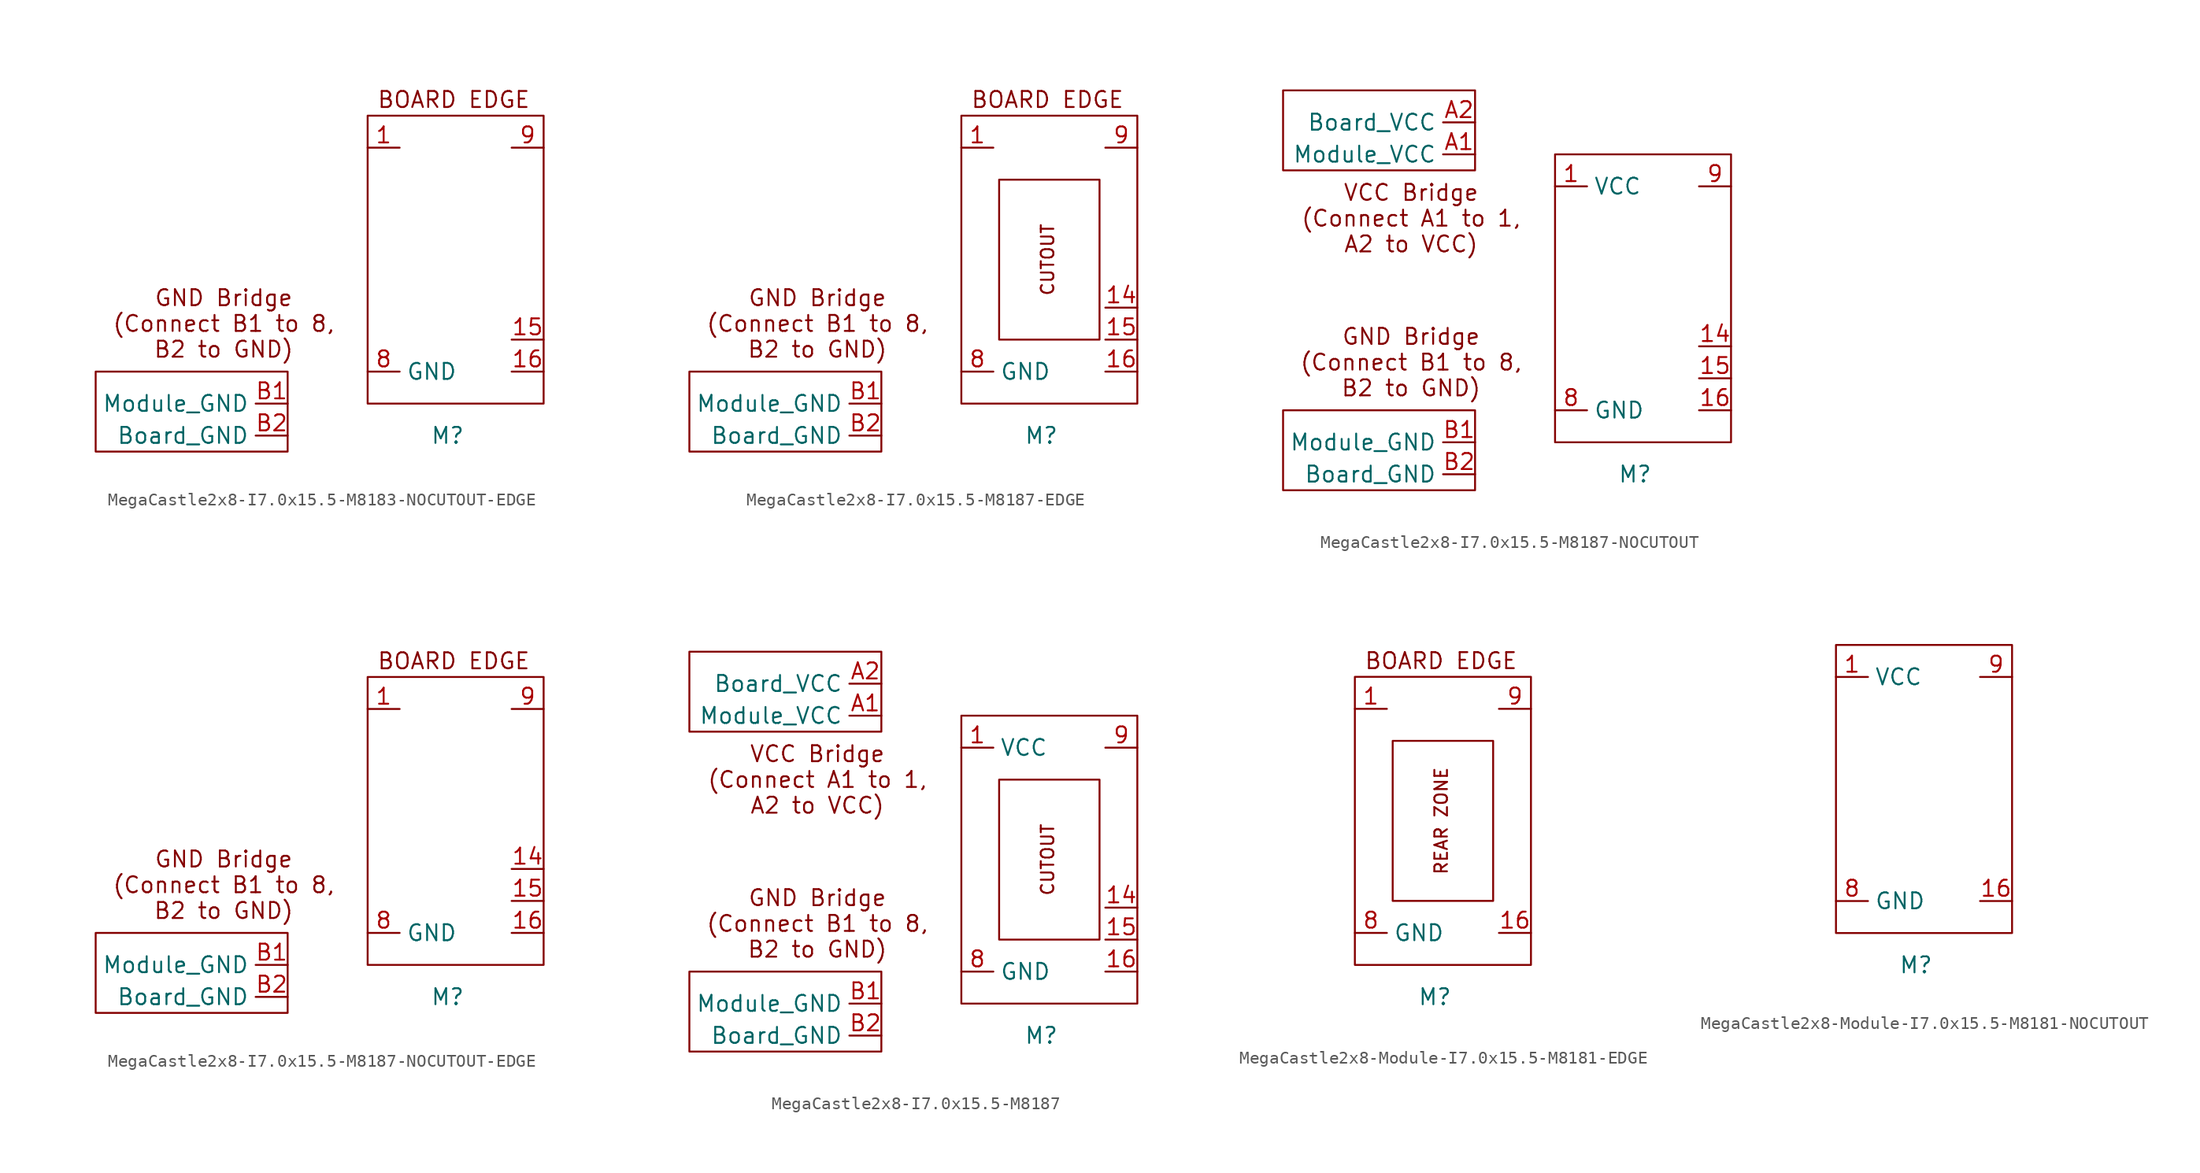
<source format=kicad_sym>
(kicad_symbol_lib
  (version 20241209)
  (generator "kicad_symbol_editor")
  (generator_version "9.0")
  (symbol "MegaCastle2x8-I7.0x15.5-M8183-NOCUTOUT-EDGE"
    (property "Reference" "M"
      (at 0 -13.97 0)
      (effects (font (size 1.27 1.27))))
    (property "Value" ""
      (at 0 5.08 0)
      (effects (font (size 1.27 1.27))))
    (symbol "MegaCastle2x8-I7.0x15.5-M8183-NOCUTOUT-EDGE_0_1"
      (rectangle (start -27.94 -8.89) (end -12.7 -15.24) (stroke (width 0) (type default)) (fill (type none)))
      (rectangle (start -6.35 11.43) (end 7.62 -11.43) (stroke (width 0) (type default)) (fill (type none))))
    (symbol "MegaCastle2x8-I7.0x15.5-M8183-NOCUTOUT-EDGE_1_1"
      (text "GND Bridge\n(Connect B1 to 8,\nB2 to GND)" (at -17.78 -5.08 0) (effects (font (size 1.27 1.27))))
      (text " BOARD EDGE" (at 0 12.7 0) (effects (font (size 1.27 1.27))))
      (pin bidirectional line (at -12.7 -11.43 180) (length 2.54) (name "Module_GND" (effects (font (size 1.27 1.27)))) (number "B1" (effects (font (size 1.27 1.27)))))
      (pin bidirectional line (at -12.7 -13.97 180) (length 2.54) (name "Board_GND" (effects (font (size 1.27 1.27)))) (number "B2" (effects (font (size 1.27 1.27)))))
      (pin bidirectional line (at -6.35 8.89 0) (length 2.54) (name "" (effects (font (size 1.27 1.27)))) (number "1" (effects (font (size 1.27 1.27)))))
      (pin bidirectional line (at -6.35 -8.89 0) (length 2.54) (name "GND" (effects (font (size 1.27 1.27)))) (number "8" (effects (font (size 1.27 1.27)))))
      (pin bidirectional line (at 7.62 8.89 180) (length 2.54) (name "" (effects (font (size 1.27 1.27)))) (number "9" (effects (font (size 1.27 1.27)))))
      (pin bidirectional line (at 7.62 -6.35 180) (length 2.54) (name "" (effects (font (size 1.27 1.27)))) (number "15" (effects (font (size 1.27 1.27)))))
      (pin bidirectional line (at 7.62 -8.89 180) (length 2.54) (name "" (effects (font (size 1.27 1.27)))) (number "16" (effects (font (size 1.27 1.27)))))))
  (symbol "MegaCastle2x8-I7.0x15.5-M8187-EDGE"
    (property "Reference" "M"
      (at 0 -13.97 0)
      (effects (font (size 1.27 1.27))))
    (property "Value" ""
      (at 0 5.08 0)
      (effects (font (size 1.27 1.27))))
    (symbol "MegaCastle2x8-I7.0x15.5-M8187-EDGE_0_1"
      (rectangle (start -27.94 -8.89) (end -12.7 -15.24) (stroke (width 0) (type default)) (fill (type none)))
      (rectangle (start -6.35 11.43) (end 7.62 -11.43) (stroke (width 0) (type default)) (fill (type none)))
      (rectangle (start -3.35 6.35) (end 4.62 -6.35) (stroke (width 0) (type default)) (fill (type none))))
    (symbol "MegaCastle2x8-I7.0x15.5-M8187-EDGE_1_1"
      (text "GND Bridge\n(Connect B1 to 8,\nB2 to GND)" (at -17.78 -5.08 0) (effects (font (size 1.27 1.27))))
      (text " BOARD EDGE" (at 0 12.7 0) (effects (font (size 1.27 1.27))))
      (text "CUTOUT" (at 0.5 0 900) (effects (font (size 1 1))))
      (pin bidirectional line (at -12.7 -11.43 180) (length 2.54) (name "Module_GND" (effects (font (size 1.27 1.27)))) (number "B1" (effects (font (size 1.27 1.27)))))
      (pin bidirectional line (at -12.7 -13.97 180) (length 2.54) (name "Board_GND" (effects (font (size 1.27 1.27)))) (number "B2" (effects (font (size 1.27 1.27)))))
      (pin bidirectional line (at -6.35 8.89 0) (length 2.54) (name "" (effects (font (size 1.27 1.27)))) (number "1" (effects (font (size 1.27 1.27)))))
      (pin bidirectional line (at -6.35 -8.89 0) (length 2.54) (name "GND" (effects (font (size 1.27 1.27)))) (number "8" (effects (font (size 1.27 1.27)))))
      (pin bidirectional line (at 7.62 8.89 180) (length 2.54) (name "" (effects (font (size 1.27 1.27)))) (number "9" (effects (font (size 1.27 1.27)))))
      (pin bidirectional line (at 7.62 -3.81 180) (length 2.54) (name "" (effects (font (size 1.27 1.27)))) (number "14" (effects (font (size 1.27 1.27)))))
      (pin bidirectional line (at 7.62 -6.35 180) (length 2.54) (name "" (effects (font (size 1.27 1.27)))) (number "15" (effects (font (size 1.27 1.27)))))
      (pin bidirectional line (at 7.62 -8.89 180) (length 2.54) (name "" (effects (font (size 1.27 1.27)))) (number "16" (effects (font (size 1.27 1.27)))))))
  (symbol "MegaCastle2x8-I7.0x15.5-M8187-NOCUTOUT"
    (property "Reference" "M"
      (at 0 -13.97 0)
      (effects (font (size 1.27 1.27))))
    (property "Value" ""
      (at 0 5.08 0)
      (effects (font (size 1.27 1.27))))
    (symbol "MegaCastle2x8-I7.0x15.5-M8187-NOCUTOUT_0_1"
      (rectangle (start -27.94 16.51) (end -12.7 10.16) (stroke (width 0) (type default)) (fill (type none)))
      (rectangle (start -27.94 -8.89) (end -12.7 -15.24) (stroke (width 0) (type default)) (fill (type none)))
      (rectangle (start -6.35 11.43) (end 7.62 -11.43) (stroke (width 0) (type default)) (fill (type none))))
    (symbol "MegaCastle2x8-I7.0x15.5-M8187-NOCUTOUT_1_1"
      (text "VCC Bridge\n(Connect A1 to 1,\nA2 to VCC)" (at -17.78 6.35 0) (effects (font (size 1.27 1.27))))
      (text "GND Bridge\n(Connect B1 to 8,\nB2 to GND)" (at -17.78 -5.08 0) (effects (font (size 1.27 1.27))))
      (pin bidirectional line (at -12.7 13.97 180) (length 2.54) (name "Board_VCC" (effects (font (size 1.27 1.27)))) (number "A2" (effects (font (size 1.27 1.27)))))
      (pin bidirectional line (at -12.7 11.43 180) (length 2.54) (name "Module_VCC" (effects (font (size 1.27 1.27)))) (number "A1" (effects (font (size 1.27 1.27)))))
      (pin bidirectional line (at -12.7 -11.43 180) (length 2.54) (name "Module_GND" (effects (font (size 1.27 1.27)))) (number "B1" (effects (font (size 1.27 1.27)))))
      (pin bidirectional line (at -12.7 -13.97 180) (length 2.54) (name "Board_GND" (effects (font (size 1.27 1.27)))) (number "B2" (effects (font (size 1.27 1.27)))))
      (pin bidirectional line (at -6.35 8.89 0) (length 2.54) (name "VCC" (effects (font (size 1.27 1.27)))) (number "1" (effects (font (size 1.27 1.27)))))
      (pin bidirectional line (at -6.35 -8.89 0) (length 2.54) (name "GND" (effects (font (size 1.27 1.27)))) (number "8" (effects (font (size 1.27 1.27)))))
      (pin bidirectional line (at 7.62 8.89 180) (length 2.54) (name "" (effects (font (size 1.27 1.27)))) (number "9" (effects (font (size 1.27 1.27)))))
      (pin bidirectional line (at 7.62 -3.81 180) (length 2.54) (name "" (effects (font (size 1.27 1.27)))) (number "14" (effects (font (size 1.27 1.27)))))
      (pin bidirectional line (at 7.62 -6.35 180) (length 2.54) (name "" (effects (font (size 1.27 1.27)))) (number "15" (effects (font (size 1.27 1.27)))))
      (pin bidirectional line (at 7.62 -8.89 180) (length 2.54) (name "" (effects (font (size 1.27 1.27)))) (number "16" (effects (font (size 1.27 1.27)))))))
  (symbol "MegaCastle2x8-I7.0x15.5-M8187-NOCUTOUT-EDGE"
    (property "Reference" "M"
      (at 0 -13.97 0)
      (effects (font (size 1.27 1.27))))
    (property "Value" ""
      (at 0 5.08 0)
      (effects (font (size 1.27 1.27))))
    (symbol "MegaCastle2x8-I7.0x15.5-M8187-NOCUTOUT-EDGE_0_1"
      (rectangle (start -27.94 -8.89) (end -12.7 -15.24) (stroke (width 0) (type default)) (fill (type none)))
      (rectangle (start -6.35 11.43) (end 7.62 -11.43) (stroke (width 0) (type default)) (fill (type none))))
    (symbol "MegaCastle2x8-I7.0x15.5-M8187-NOCUTOUT-EDGE_1_1"
      (text "GND Bridge\n(Connect B1 to 8,\nB2 to GND)" (at -17.78 -5.08 0) (effects (font (size 1.27 1.27))))
      (text " BOARD EDGE" (at 0 12.7 0) (effects (font (size 1.27 1.27))))
      (pin bidirectional line (at -12.7 -11.43 180) (length 2.54) (name "Module_GND" (effects (font (size 1.27 1.27)))) (number "B1" (effects (font (size 1.27 1.27)))))
      (pin bidirectional line (at -12.7 -13.97 180) (length 2.54) (name "Board_GND" (effects (font (size 1.27 1.27)))) (number "B2" (effects (font (size 1.27 1.27)))))
      (pin bidirectional line (at -6.35 8.89 0) (length 2.54) (name "" (effects (font (size 1.27 1.27)))) (number "1" (effects (font (size 1.27 1.27)))))
      (pin bidirectional line (at -6.35 -8.89 0) (length 2.54) (name "GND" (effects (font (size 1.27 1.27)))) (number "8" (effects (font (size 1.27 1.27)))))
      (pin bidirectional line (at 7.62 8.89 180) (length 2.54) (name "" (effects (font (size 1.27 1.27)))) (number "9" (effects (font (size 1.27 1.27)))))
      (pin bidirectional line (at 7.62 -3.81 180) (length 2.54) (name "" (effects (font (size 1.27 1.27)))) (number "14" (effects (font (size 1.27 1.27)))))
      (pin bidirectional line (at 7.62 -6.35 180) (length 2.54) (name "" (effects (font (size 1.27 1.27)))) (number "15" (effects (font (size 1.27 1.27)))))
      (pin bidirectional line (at 7.62 -8.89 180) (length 2.54) (name "" (effects (font (size 1.27 1.27)))) (number "16" (effects (font (size 1.27 1.27)))))))
  (symbol "MegaCastle2x8-I7.0x15.5-M8187"
    (property "Reference" "M"
      (at 0 -13.97 0)
      (effects (font (size 1.27 1.27))))
    (property "Value" ""
      (at 0 5.08 0)
      (effects (font (size 1.27 1.27))))
    (symbol "MegaCastle2x8-I7.0x15.5-M8187_0_1"
      (rectangle (start -27.94 16.51) (end -12.7 10.16) (stroke (width 0) (type default)) (fill (type none)))
      (rectangle (start -27.94 -8.89) (end -12.7 -15.24) (stroke (width 0) (type default)) (fill (type none)))
      (rectangle (start -6.35 11.43) (end 7.62 -11.43) (stroke (width 0) (type default)) (fill (type none)))
      (rectangle (start -3.35 6.35) (end 4.62 -6.35) (stroke (width 0) (type default)) (fill (type none))))
    (symbol "MegaCastle2x8-I7.0x15.5-M8187_1_1"
      (text "VCC Bridge\n(Connect A1 to 1,\nA2 to VCC)" (at -17.78 6.35 0) (effects (font (size 1.27 1.27))))
      (text "GND Bridge\n(Connect B1 to 8,\nB2 to GND)" (at -17.78 -5.08 0) (effects (font (size 1.27 1.27))))
      (text "CUTOUT" (at 0.5 0 900) (effects (font (size 1 1))))
      (pin bidirectional line (at -12.7 13.97 180) (length 2.54) (name "Board_VCC" (effects (font (size 1.27 1.27)))) (number "A2" (effects (font (size 1.27 1.27)))))
      (pin bidirectional line (at -12.7 11.43 180) (length 2.54) (name "Module_VCC" (effects (font (size 1.27 1.27)))) (number "A1" (effects (font (size 1.27 1.27)))))
      (pin bidirectional line (at -12.7 -11.43 180) (length 2.54) (name "Module_GND" (effects (font (size 1.27 1.27)))) (number "B1" (effects (font (size 1.27 1.27)))))
      (pin bidirectional line (at -12.7 -13.97 180) (length 2.54) (name "Board_GND" (effects (font (size 1.27 1.27)))) (number "B2" (effects (font (size 1.27 1.27)))))
      (pin bidirectional line (at -6.35 8.89 0) (length 2.54) (name "VCC" (effects (font (size 1.27 1.27)))) (number "1" (effects (font (size 1.27 1.27)))))
      (pin bidirectional line (at -6.35 -8.89 0) (length 2.54) (name "GND" (effects (font (size 1.27 1.27)))) (number "8" (effects (font (size 1.27 1.27)))))
      (pin bidirectional line (at 7.62 8.89 180) (length 2.54) (name "" (effects (font (size 1.27 1.27)))) (number "9" (effects (font (size 1.27 1.27)))))
      (pin bidirectional line (at 7.62 -3.81 180) (length 2.54) (name "" (effects (font (size 1.27 1.27)))) (number "14" (effects (font (size 1.27 1.27)))))
      (pin bidirectional line (at 7.62 -6.35 180) (length 2.54) (name "" (effects (font (size 1.27 1.27)))) (number "15" (effects (font (size 1.27 1.27)))))
      (pin bidirectional line (at 7.62 -8.89 180) (length 2.54) (name "" (effects (font (size 1.27 1.27)))) (number "16" (effects (font (size 1.27 1.27)))))))
  (symbol "MegaCastle2x8-Module-I7.0x15.5-M8181-EDGE"
    (property "Reference" "M"
      (at 0 -13.97 0)
      (effects (font (size 1.27 1.27))))
    (property "Value" ""
      (at 0 5.08 0)
      (effects (font (size 1.27 1.27))))
    (symbol "MegaCastle2x8-Module-I7.0x15.5-M8181-EDGE_0_1"
      (rectangle (start -6.35 11.43) (end 7.62 -11.43) (stroke (width 0) (type default)) (fill (type none)))
      (rectangle (start -3.35 6.35) (end 4.62 -6.35) (stroke (width 0) (type default)) (fill (type none))))
    (symbol "MegaCastle2x8-Module-I7.0x15.5-M8181-EDGE_1_1"
      (text " BOARD EDGE" (at 0 12.7 0) (effects (font (size 1.27 1.27))))
      (text "REAR ZONE" (at 0.5 0 900) (effects (font (size 1 1))))
      (pin bidirectional line (at -6.35 8.89 0) (length 2.54) (name "" (effects (font (size 1.27 1.27)))) (number "1" (effects (font (size 1.27 1.27)))))
      (pin bidirectional line (at -6.35 -8.89 0) (length 2.54) (name "GND" (effects (font (size 1.27 1.27)))) (number "8" (effects (font (size 1.27 1.27)))))
      (pin bidirectional line (at 7.62 8.89 180) (length 2.54) (name "" (effects (font (size 1.27 1.27)))) (number "9" (effects (font (size 1.27 1.27)))))
      (pin bidirectional line (at 7.62 -8.89 180) (length 2.54) (name "" (effects (font (size 1.27 1.27)))) (number "16" (effects (font (size 1.27 1.27)))))))
  (symbol "MegaCastle2x8-Module-I7.0x15.5-M8181-NOCUTOUT"
    (property "Reference" "M"
      (at 0 -13.97 0)
      (effects (font (size 1.27 1.27))))
    (property "Value" ""
      (at 0 5.08 0)
      (effects (font (size 1.27 1.27))))
    (symbol "MegaCastle2x8-Module-I7.0x15.5-M8181-NOCUTOUT_0_1"
      (rectangle (start -6.35 11.43) (end 7.62 -11.43) (stroke (width 0) (type default)) (fill (type none))))
    (symbol "MegaCastle2x8-Module-I7.0x15.5-M8181-NOCUTOUT_1_1"
      (pin bidirectional line (at -6.35 8.89 0) (length 2.54) (name "VCC" (effects (font (size 1.27 1.27)))) (number "1" (effects (font (size 1.27 1.27)))))
      (pin bidirectional line (at -6.35 -8.89 0) (length 2.54) (name "GND" (effects (font (size 1.27 1.27)))) (number "8" (effects (font (size 1.27 1.27)))))
      (pin bidirectional line (at 7.62 8.89 180) (length 2.54) (name "" (effects (font (size 1.27 1.27)))) (number "9" (effects (font (size 1.27 1.27)))))
      (pin bidirectional line (at 7.62 -8.89 180) (length 2.54) (name "" (effects (font (size 1.27 1.27)))) (number "16" (effects (font (size 1.27 1.27))))))))
</source>
